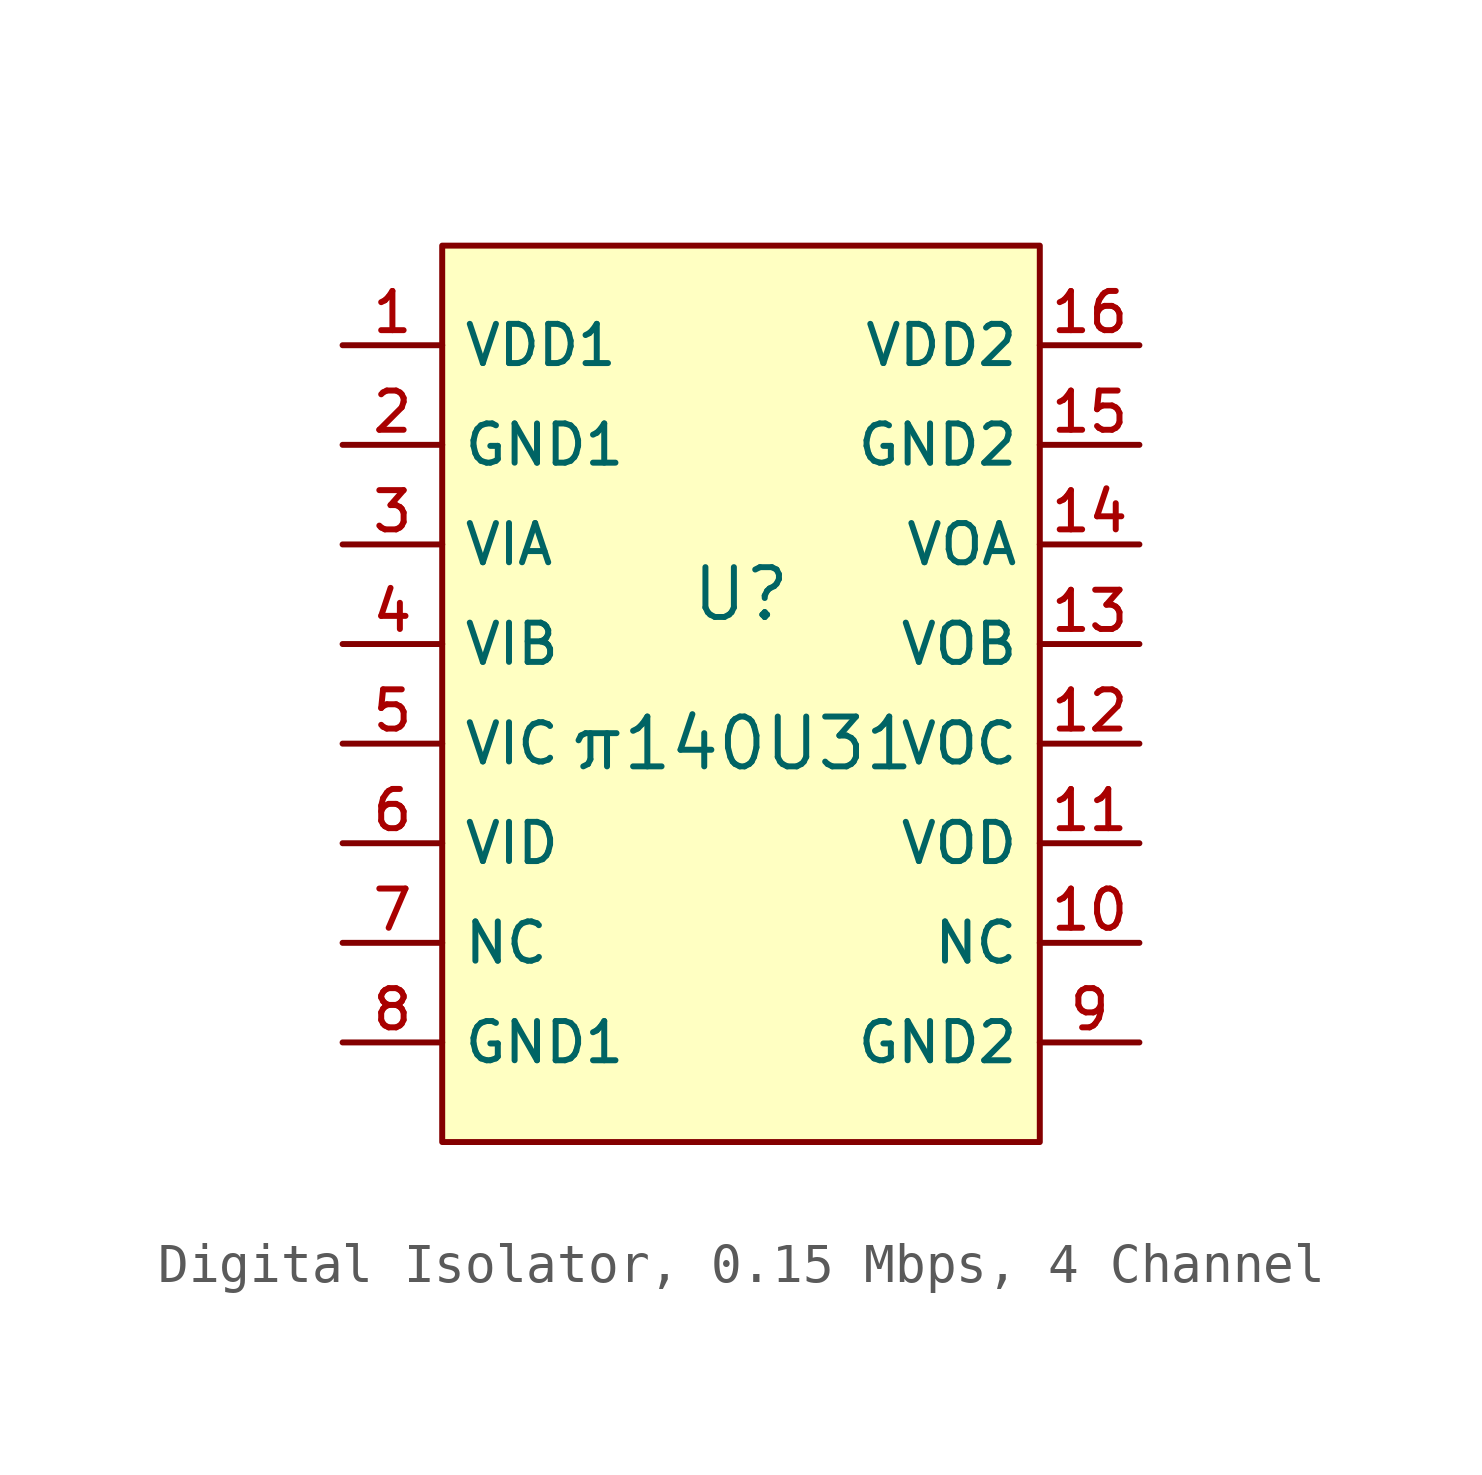
<source format=kicad_sym>
(kicad_symbol_lib
  (version 20231120)
  (generator "CDFER_Archive_Tool")
  (generator_version "0.0")
  (symbol "Digital Isolator, 0.15 Mbps, 4 Channel"
    (property "Reference" "U"
      (at 0 1.27 0)
      (effects (font (size 1.27 1.27))))
    (property "Value" "π140U31"
      (at 0 -2.54 0)
      (effects (font (size 1.27 1.27))))
    (symbol "Digital Isolator, 0.15 Mbps, 4 Channel_0_1"
      (rectangle (start -7.62 10.16) (end 7.62 -12.7) (stroke (width 0) (type default)) (fill (type background)))
      (pin unspecified line (at -10.16 7.62 0) (length 2.54) (name "VDD1" (effects (font (size 1 1)))) (number "1" (effects (font (size 1 1)))))
      (pin unspecified line (at 10.16 -7.62 180) (length 2.54) (name "NC" (effects (font (size 1 1)))) (number "10" (effects (font (size 1 1)))))
      (pin unspecified line (at 10.16 -5.08 180) (length 2.54) (name "VOD" (effects (font (size 1 1)))) (number "11" (effects (font (size 1 1)))))
      (pin unspecified line (at 10.16 -2.54 180) (length 2.54) (name "VOC" (effects (font (size 1 1)))) (number "12" (effects (font (size 1 1)))))
      (pin unspecified line (at 10.16 0 180) (length 2.54) (name "VOB" (effects (font (size 1 1)))) (number "13" (effects (font (size 1 1)))))
      (pin unspecified line (at 10.16 2.54 180) (length 2.54) (name "VOA" (effects (font (size 1 1)))) (number "14" (effects (font (size 1 1)))))
      (pin unspecified line (at 10.16 5.08 180) (length 2.54) (name "GND2" (effects (font (size 1 1)))) (number "15" (effects (font (size 1 1)))))
      (pin unspecified line (at 10.16 7.62 180) (length 2.54) (name "VDD2" (effects (font (size 1 1)))) (number "16" (effects (font (size 1 1)))))
      (pin unspecified line (at -10.16 5.08 0) (length 2.54) (name "GND1" (effects (font (size 1 1)))) (number "2" (effects (font (size 1 1)))))
      (pin unspecified line (at -10.16 2.54 0) (length 2.54) (name "VIA" (effects (font (size 1 1)))) (number "3" (effects (font (size 1 1)))))
      (pin unspecified line (at -10.16 0 0) (length 2.54) (name "VIB" (effects (font (size 1 1)))) (number "4" (effects (font (size 1 1)))))
      (pin unspecified line (at -10.16 -2.54 0) (length 2.54) (name "VIC" (effects (font (size 1 1)))) (number "5" (effects (font (size 1 1)))))
      (pin unspecified line (at -10.16 -5.08 0) (length 2.54) (name "VID" (effects (font (size 1 1)))) (number "6" (effects (font (size 1 1)))))
      (pin unspecified line (at -10.16 -7.62 0) (length 2.54) (name "NC" (effects (font (size 1 1)))) (number "7" (effects (font (size 1 1)))))
      (pin unspecified line (at -10.16 -10.16 0) (length 2.54) (name "GND1" (effects (font (size 1 1)))) (number "8" (effects (font (size 1 1)))))
      (pin unspecified line (at 10.16 -10.16 180) (length 2.54) (name "GND2" (effects (font (size 1 1)))) (number "9" (effects (font (size 1 1))))))))
</source>
